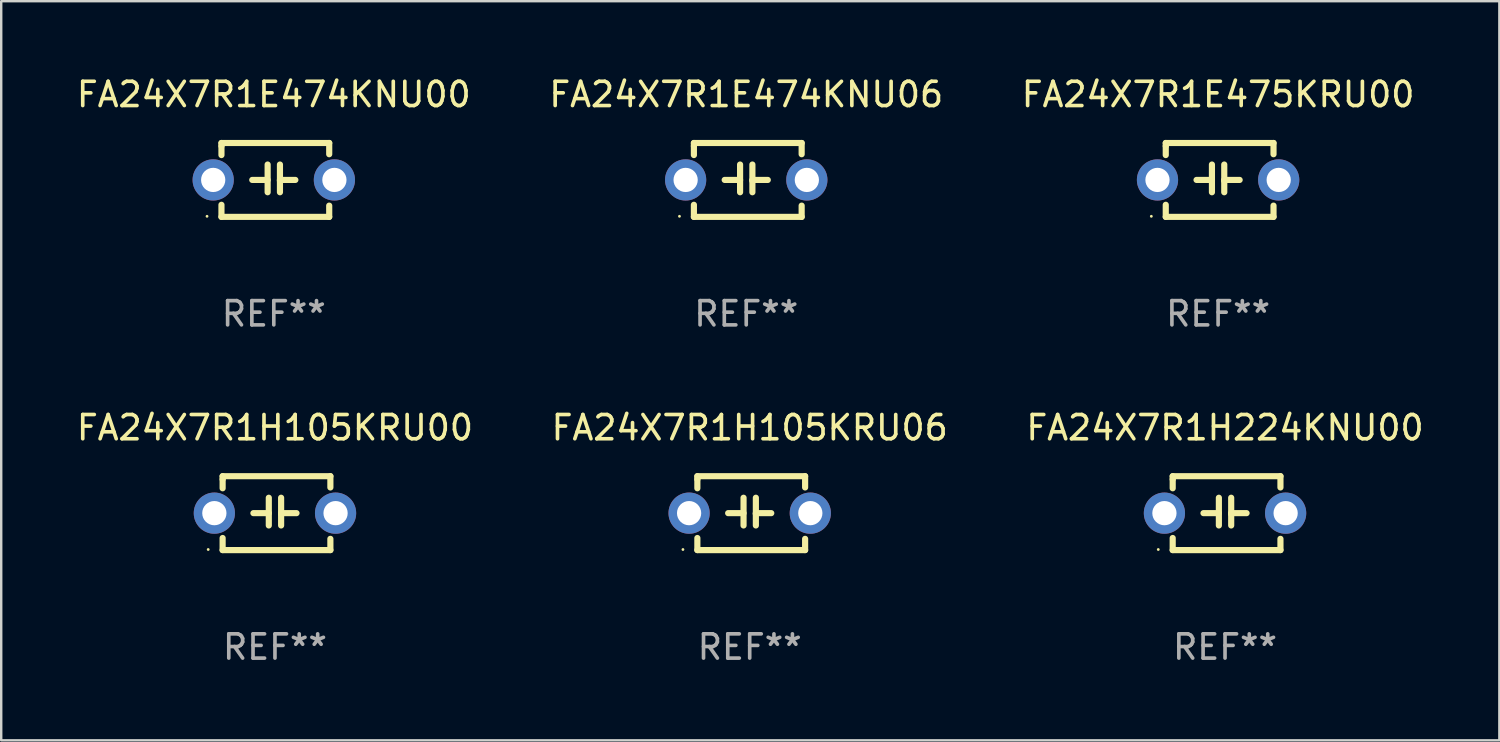
<source format=kicad_pcb>
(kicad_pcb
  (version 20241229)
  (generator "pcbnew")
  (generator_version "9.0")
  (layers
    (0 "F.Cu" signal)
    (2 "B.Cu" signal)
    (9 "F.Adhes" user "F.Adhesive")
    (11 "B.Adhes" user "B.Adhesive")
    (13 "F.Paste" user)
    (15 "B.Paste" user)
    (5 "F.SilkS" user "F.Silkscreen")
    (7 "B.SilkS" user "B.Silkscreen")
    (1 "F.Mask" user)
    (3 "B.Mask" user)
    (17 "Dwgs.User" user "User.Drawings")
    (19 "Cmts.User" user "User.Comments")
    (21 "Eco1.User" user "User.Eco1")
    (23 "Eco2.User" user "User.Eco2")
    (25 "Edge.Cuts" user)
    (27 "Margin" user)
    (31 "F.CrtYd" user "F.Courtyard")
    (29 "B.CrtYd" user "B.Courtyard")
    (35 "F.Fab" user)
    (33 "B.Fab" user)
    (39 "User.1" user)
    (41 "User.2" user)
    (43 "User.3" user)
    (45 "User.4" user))
  (footprint "FA24X7R1E474KNU00"
    (layer "F.Cu")
    (at 8.244 4.372)
    (property "Reference" "FA24X7R1E474KNU00" (at 0 -3.524 0) (layer "F.SilkS") (effects (font (size 1 1) (thickness 0.15))))
    (attr through_hole)
    (fp_line (start -2.159 -1.524) (end 2.286 -1.524) (stroke (width 0.254) (type solid)) (layer "F.SilkS"))
    (fp_line (start -2.159 -1.397) (end -2.159 -1.524) (stroke (width 0.254) (type solid)) (layer "F.SilkS"))
    (fp_line (start -2.159 -1.026) (end -2.159 -1.397) (stroke (width 0.254) (type solid)) (layer "F.SilkS"))
    (fp_line (start -2.159 1.524) (end -2.159 1.026) (stroke (width 0.254) (type solid)) (layer "F.SilkS"))
    (fp_line (start -0.889 0) (end -0.254 0) (stroke (width 0.254) (type solid)) (layer "F.SilkS"))
    (fp_line (start -0.254 0.508) (end -0.254 -0.635) (stroke (width 0.254) (type solid)) (layer "F.SilkS"))
    (fp_line (start 0.254 -0.635) (end 0.254 0.508) (stroke (width 0.254) (type solid)) (layer "F.SilkS"))
    (fp_line (start 0.254 0.04) (end 0.254 0.02) (stroke (width 0.254) (type solid)) (layer "F.SilkS"))
    (fp_line (start 0.889 0) (end 0.254 0) (stroke (width 0.254) (type solid)) (layer "F.SilkS"))
    (fp_line (start 2.286 -1.524) (end 2.286 -1.06) (stroke (width 0.254) (type solid)) (layer "F.SilkS"))
    (fp_line (start 2.286 1.06) (end 2.286 1.524) (stroke (width 0.254) (type solid)) (layer "F.SilkS"))
    (fp_line (start 2.286 1.524) (end -2.159 1.524) (stroke (width 0.254) (type solid)) (layer "F.SilkS"))
    (fp_circle (center -2.754 1.5) (end -2.724 1.5) (stroke (width 0.06) (type solid)) (fill no) (layer "F.SilkS"))
    (fp_text user "REF**" (at 0 5.524 0) (layer "F.Fab") (effects (font (size 1 1) (thickness 0.15))))
    (pad "1" thru_hole circle (at -2.5 0) (size 1.7 1.7) (drill 1) (layers "*.Cu" "*.Mask"))
    (pad "2" thru_hole circle (at 2.5 0) (size 1.7 1.7) (drill 1) (layers "*.Cu" "*.Mask")))
  (footprint "FA24X7R1H105KRU00"
    (layer "F.Cu")
    (at 8.292 18.117)
    (property "Reference" "FA24X7R1H105KRU00" (at 0 -3.524 0) (layer "F.SilkS") (effects (font (size 1 1) (thickness 0.15))))
    (attr through_hole)
    (fp_line (start -2.159 -1.524) (end 2.286 -1.524) (stroke (width 0.254) (type solid)) (layer "F.SilkS"))
    (fp_line (start -2.159 -1.397) (end -2.159 -1.524) (stroke (width 0.254) (type solid)) (layer "F.SilkS"))
    (fp_line (start -2.159 -1.026) (end -2.159 -1.397) (stroke (width 0.254) (type solid)) (layer "F.SilkS"))
    (fp_line (start -2.159 1.524) (end -2.159 1.026) (stroke (width 0.254) (type solid)) (layer "F.SilkS"))
    (fp_line (start -0.889 0) (end -0.254 0) (stroke (width 0.254) (type solid)) (layer "F.SilkS"))
    (fp_line (start -0.254 0.508) (end -0.254 -0.635) (stroke (width 0.254) (type solid)) (layer "F.SilkS"))
    (fp_line (start 0.254 -0.635) (end 0.254 0.508) (stroke (width 0.254) (type solid)) (layer "F.SilkS"))
    (fp_line (start 0.254 0.04) (end 0.254 0.02) (stroke (width 0.254) (type solid)) (layer "F.SilkS"))
    (fp_line (start 0.889 0) (end 0.254 0) (stroke (width 0.254) (type solid)) (layer "F.SilkS"))
    (fp_line (start 2.286 -1.524) (end 2.286 -1.06) (stroke (width 0.254) (type solid)) (layer "F.SilkS"))
    (fp_line (start 2.286 1.06) (end 2.286 1.524) (stroke (width 0.254) (type solid)) (layer "F.SilkS"))
    (fp_line (start 2.286 1.524) (end -2.159 1.524) (stroke (width 0.254) (type solid)) (layer "F.SilkS"))
    (fp_circle (center -2.754 1.5) (end -2.724 1.5) (stroke (width 0.06) (type solid)) (fill no) (layer "F.SilkS"))
    (fp_text user "REF**" (at 0 5.524 0) (layer "F.Fab") (effects (font (size 1 1) (thickness 0.15))))
    (pad "1" thru_hole circle (at -2.5 0) (size 1.7 1.7) (drill 1) (layers "*.Cu" "*.Mask"))
    (pad "2" thru_hole circle (at 2.5 0) (size 1.7 1.7) (drill 1) (layers "*.Cu" "*.Mask")))
  (footprint "FA24X7R1E474KNU06"
    (layer "F.Cu")
    (at 27.732 4.372)
    (property "Reference" "FA24X7R1E474KNU06" (at 0 -3.524 0) (layer "F.SilkS") (effects (font (size 1 1) (thickness 0.15))))
    (attr through_hole)
    (fp_line (start -2.159 -1.524) (end 2.286 -1.524) (stroke (width 0.254) (type solid)) (layer "F.SilkS"))
    (fp_line (start -2.159 -1.397) (end -2.159 -1.524) (stroke (width 0.254) (type solid)) (layer "F.SilkS"))
    (fp_line (start -2.159 -1.026) (end -2.159 -1.397) (stroke (width 0.254) (type solid)) (layer "F.SilkS"))
    (fp_line (start -2.159 1.524) (end -2.159 1.026) (stroke (width 0.254) (type solid)) (layer "F.SilkS"))
    (fp_line (start -0.889 0) (end -0.254 0) (stroke (width 0.254) (type solid)) (layer "F.SilkS"))
    (fp_line (start -0.254 0.508) (end -0.254 -0.635) (stroke (width 0.254) (type solid)) (layer "F.SilkS"))
    (fp_line (start 0.254 -0.635) (end 0.254 0.508) (stroke (width 0.254) (type solid)) (layer "F.SilkS"))
    (fp_line (start 0.254 0.04) (end 0.254 0.02) (stroke (width 0.254) (type solid)) (layer "F.SilkS"))
    (fp_line (start 0.889 0) (end 0.254 0) (stroke (width 0.254) (type solid)) (layer "F.SilkS"))
    (fp_line (start 2.286 -1.524) (end 2.286 -1.06) (stroke (width 0.254) (type solid)) (layer "F.SilkS"))
    (fp_line (start 2.286 1.06) (end 2.286 1.524) (stroke (width 0.254) (type solid)) (layer "F.SilkS"))
    (fp_line (start 2.286 1.524) (end -2.159 1.524) (stroke (width 0.254) (type solid)) (layer "F.SilkS"))
    (fp_circle (center -2.754 1.5) (end -2.724 1.5) (stroke (width 0.06) (type solid)) (fill no) (layer "F.SilkS"))
    (fp_text user "REF**" (at 0 5.524 0) (layer "F.Fab") (effects (font (size 1 1) (thickness 0.15))))
    (pad "1" thru_hole circle (at -2.5 0) (size 1.7 1.7) (drill 1) (layers "*.Cu" "*.Mask"))
    (pad "2" thru_hole circle (at 2.5 0) (size 1.7 1.7) (drill 1) (layers "*.Cu" "*.Mask")))
  (footprint "FA24X7R1H224KNU00"
    (layer "F.Cu")
    (at 47.482 18.117)
    (property "Reference" "FA24X7R1H224KNU00" (at 0 -3.524 0) (layer "F.SilkS") (effects (font (size 1 1) (thickness 0.15))))
    (attr through_hole)
    (fp_line (start -2.159 -1.524) (end 2.286 -1.524) (stroke (width 0.254) (type solid)) (layer "F.SilkS"))
    (fp_line (start -2.159 -1.397) (end -2.159 -1.524) (stroke (width 0.254) (type solid)) (layer "F.SilkS"))
    (fp_line (start -2.159 -1.026) (end -2.159 -1.397) (stroke (width 0.254) (type solid)) (layer "F.SilkS"))
    (fp_line (start -2.159 1.524) (end -2.159 1.026) (stroke (width 0.254) (type solid)) (layer "F.SilkS"))
    (fp_line (start -0.889 0) (end -0.254 0) (stroke (width 0.254) (type solid)) (layer "F.SilkS"))
    (fp_line (start -0.254 0.508) (end -0.254 -0.635) (stroke (width 0.254) (type solid)) (layer "F.SilkS"))
    (fp_line (start 0.254 -0.635) (end 0.254 0.508) (stroke (width 0.254) (type solid)) (layer "F.SilkS"))
    (fp_line (start 0.254 0.04) (end 0.254 0.02) (stroke (width 0.254) (type solid)) (layer "F.SilkS"))
    (fp_line (start 0.889 0) (end 0.254 0) (stroke (width 0.254) (type solid)) (layer "F.SilkS"))
    (fp_line (start 2.286 -1.524) (end 2.286 -1.06) (stroke (width 0.254) (type solid)) (layer "F.SilkS"))
    (fp_line (start 2.286 1.06) (end 2.286 1.524) (stroke (width 0.254) (type solid)) (layer "F.SilkS"))
    (fp_line (start 2.286 1.524) (end -2.159 1.524) (stroke (width 0.254) (type solid)) (layer "F.SilkS"))
    (fp_circle (center -2.754 1.5) (end -2.724 1.5) (stroke (width 0.06) (type solid)) (fill no) (layer "F.SilkS"))
    (fp_text user "REF**" (at 0 5.524 0) (layer "F.Fab") (effects (font (size 1 1) (thickness 0.15))))
    (pad "1" thru_hole circle (at -2.5 0) (size 1.7 1.7) (drill 1) (layers "*.Cu" "*.Mask"))
    (pad "2" thru_hole circle (at 2.5 0) (size 1.7 1.7) (drill 1) (layers "*.Cu" "*.Mask")))
  (footprint "FA24X7R1E475KRU00"
    (layer "F.Cu")
    (at 47.196 4.372)
    (property "Reference" "FA24X7R1E475KRU00" (at 0 -3.524 0) (layer "F.SilkS") (effects (font (size 1 1) (thickness 0.15))))
    (attr through_hole)
    (fp_line (start -2.159 -1.524) (end 2.286 -1.524) (stroke (width 0.254) (type solid)) (layer "F.SilkS"))
    (fp_line (start -2.159 -1.397) (end -2.159 -1.524) (stroke (width 0.254) (type solid)) (layer "F.SilkS"))
    (fp_line (start -2.159 -1.026) (end -2.159 -1.397) (stroke (width 0.254) (type solid)) (layer "F.SilkS"))
    (fp_line (start -2.159 1.524) (end -2.159 1.026) (stroke (width 0.254) (type solid)) (layer "F.SilkS"))
    (fp_line (start -0.889 0) (end -0.254 0) (stroke (width 0.254) (type solid)) (layer "F.SilkS"))
    (fp_line (start -0.254 0.508) (end -0.254 -0.635) (stroke (width 0.254) (type solid)) (layer "F.SilkS"))
    (fp_line (start 0.254 -0.635) (end 0.254 0.508) (stroke (width 0.254) (type solid)) (layer "F.SilkS"))
    (fp_line (start 0.254 0.04) (end 0.254 0.02) (stroke (width 0.254) (type solid)) (layer "F.SilkS"))
    (fp_line (start 0.889 0) (end 0.254 0) (stroke (width 0.254) (type solid)) (layer "F.SilkS"))
    (fp_line (start 2.286 -1.524) (end 2.286 -1.06) (stroke (width 0.254) (type solid)) (layer "F.SilkS"))
    (fp_line (start 2.286 1.06) (end 2.286 1.524) (stroke (width 0.254) (type solid)) (layer "F.SilkS"))
    (fp_line (start 2.286 1.524) (end -2.159 1.524) (stroke (width 0.254) (type solid)) (layer "F.SilkS"))
    (fp_circle (center -2.754 1.5) (end -2.724 1.5) (stroke (width 0.06) (type solid)) (fill no) (layer "F.SilkS"))
    (fp_text user "REF**" (at 0 5.524 0) (layer "F.Fab") (effects (font (size 1 1) (thickness 0.15))))
    (pad "1" thru_hole circle (at -2.5 0) (size 1.7 1.7) (drill 1) (layers "*.Cu" "*.Mask"))
    (pad "2" thru_hole circle (at 2.5 0) (size 1.7 1.7) (drill 1) (layers "*.Cu" "*.Mask")))
  (footprint "FA24X7R1H105KRU06"
    (layer "F.Cu")
    (at 27.875 18.117)
    (property "Reference" "FA24X7R1H105KRU06" (at 0 -3.524 0) (layer "F.SilkS") (effects (font (size 1 1) (thickness 0.15))))
    (attr through_hole)
    (fp_line (start -2.159 -1.524) (end 2.286 -1.524) (stroke (width 0.254) (type solid)) (layer "F.SilkS"))
    (fp_line (start -2.159 -1.397) (end -2.159 -1.524) (stroke (width 0.254) (type solid)) (layer "F.SilkS"))
    (fp_line (start -2.159 -1.026) (end -2.159 -1.397) (stroke (width 0.254) (type solid)) (layer "F.SilkS"))
    (fp_line (start -2.159 1.524) (end -2.159 1.026) (stroke (width 0.254) (type solid)) (layer "F.SilkS"))
    (fp_line (start -0.889 0) (end -0.254 0) (stroke (width 0.254) (type solid)) (layer "F.SilkS"))
    (fp_line (start -0.254 0.508) (end -0.254 -0.635) (stroke (width 0.254) (type solid)) (layer "F.SilkS"))
    (fp_line (start 0.254 -0.635) (end 0.254 0.508) (stroke (width 0.254) (type solid)) (layer "F.SilkS"))
    (fp_line (start 0.254 0.04) (end 0.254 0.02) (stroke (width 0.254) (type solid)) (layer "F.SilkS"))
    (fp_line (start 0.889 0) (end 0.254 0) (stroke (width 0.254) (type solid)) (layer "F.SilkS"))
    (fp_line (start 2.286 -1.524) (end 2.286 -1.06) (stroke (width 0.254) (type solid)) (layer "F.SilkS"))
    (fp_line (start 2.286 1.06) (end 2.286 1.524) (stroke (width 0.254) (type solid)) (layer "F.SilkS"))
    (fp_line (start 2.286 1.524) (end -2.159 1.524) (stroke (width 0.254) (type solid)) (layer "F.SilkS"))
    (fp_circle (center -2.754 1.5) (end -2.724 1.5) (stroke (width 0.06) (type solid)) (fill no) (layer "F.SilkS"))
    (fp_text user "REF**" (at 0 5.524 0) (layer "F.Fab") (effects (font (size 1 1) (thickness 0.15))))
    (pad "1" thru_hole circle (at -2.5 0) (size 1.7 1.7) (drill 1) (layers "*.Cu" "*.Mask"))
    (pad "2" thru_hole circle (at 2.5 0) (size 1.7 1.7) (drill 1) (layers "*.Cu" "*.Mask")))
  (gr_rect
    (start -3 -3)
    (end 58.798 27.489)
    (stroke (width 0.1) (type default))
    (fill no)
    (layer "Edge.Cuts")))
</source>
